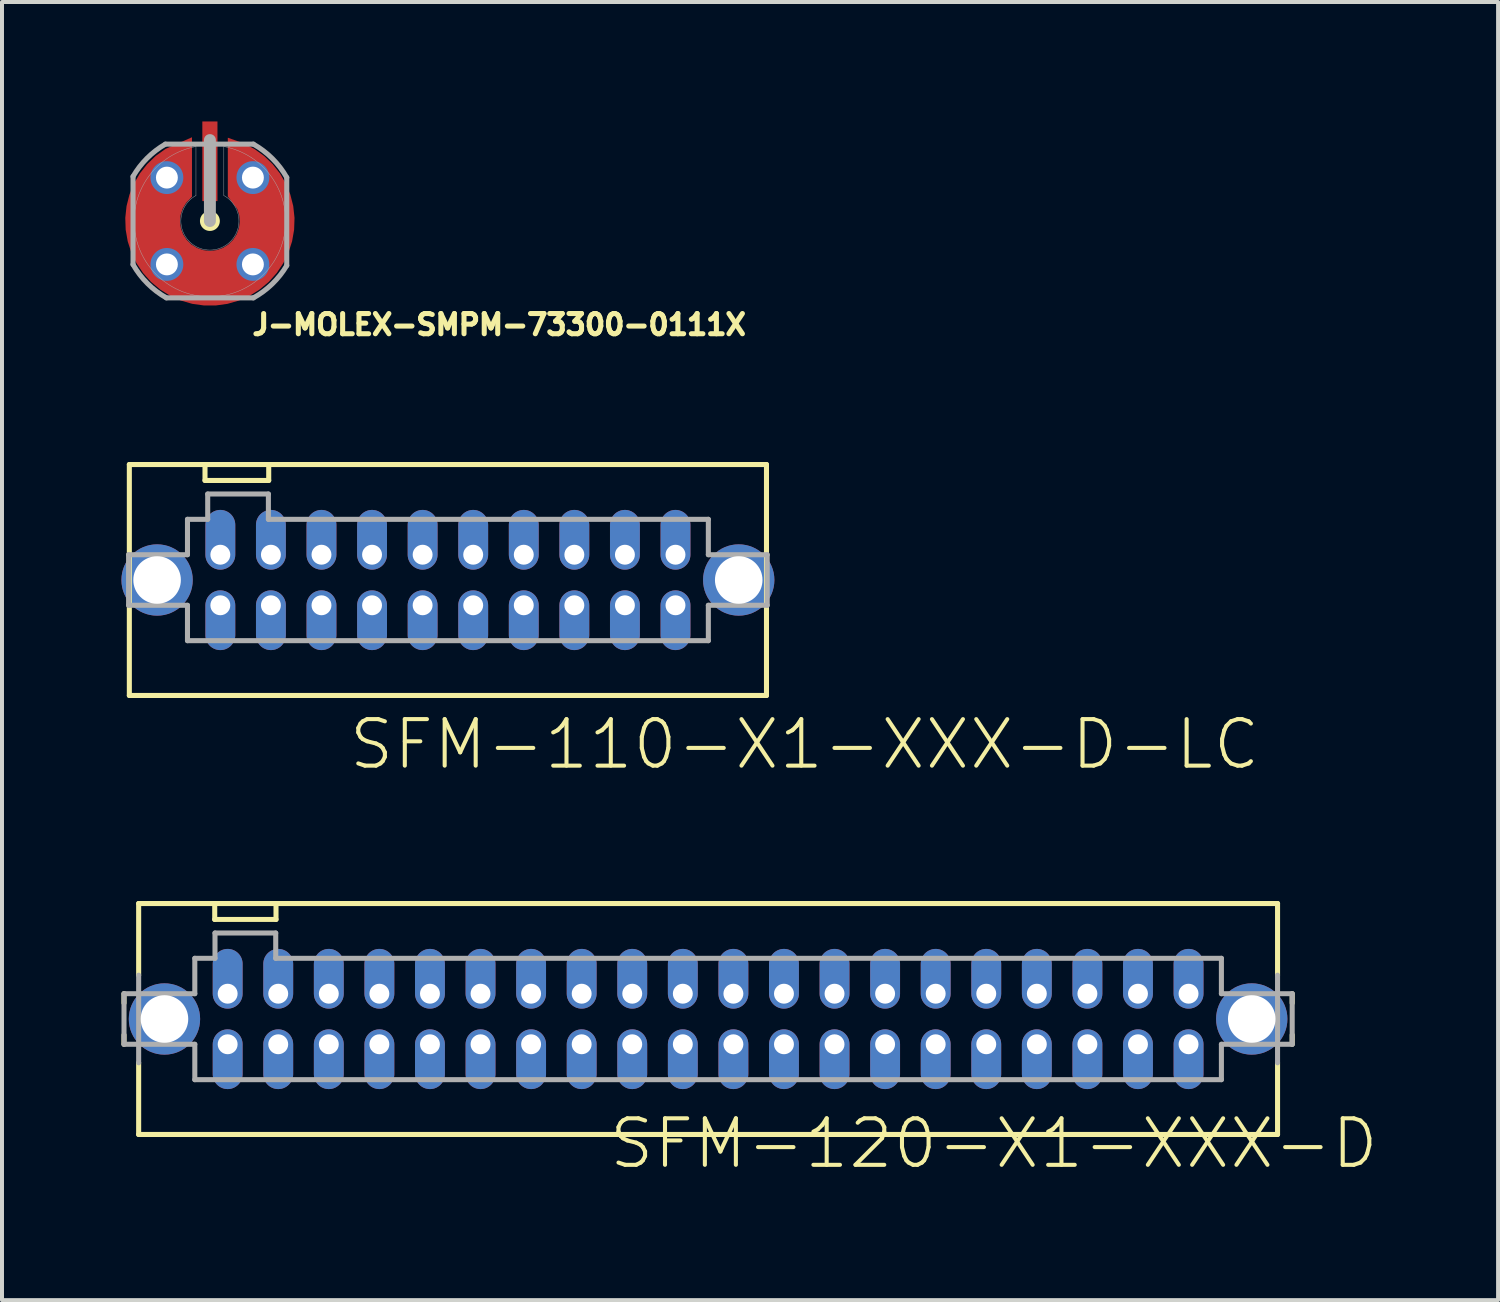
<source format=kicad_pcb>
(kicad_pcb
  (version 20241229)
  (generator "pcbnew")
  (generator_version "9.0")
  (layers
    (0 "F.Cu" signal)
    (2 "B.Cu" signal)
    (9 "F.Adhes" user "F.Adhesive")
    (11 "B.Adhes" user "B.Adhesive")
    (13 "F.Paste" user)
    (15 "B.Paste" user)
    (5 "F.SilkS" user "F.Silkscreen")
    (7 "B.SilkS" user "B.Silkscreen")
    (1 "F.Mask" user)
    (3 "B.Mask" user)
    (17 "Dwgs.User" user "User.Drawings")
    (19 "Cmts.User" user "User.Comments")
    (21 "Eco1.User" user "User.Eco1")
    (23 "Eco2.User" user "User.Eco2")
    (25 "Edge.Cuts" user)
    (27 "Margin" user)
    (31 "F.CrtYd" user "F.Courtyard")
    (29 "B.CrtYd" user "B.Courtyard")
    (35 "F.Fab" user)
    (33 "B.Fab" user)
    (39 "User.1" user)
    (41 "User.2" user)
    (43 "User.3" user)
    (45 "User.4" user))
  (footprint "SFM-120-X1-XXX-D"
    (layer "F.Cu")
    (at 14.732 22.539)
    (property "Reference" "SFM-120-X1-XXX-D" (at -2.54 3.81 0) (layer "F.SilkS") (effects (font (size 1.168 1.168) (thickness 0.102)) (justify left bottom)))
    (fp_line (start -14.668 -0.635) (end -14.668 -0.4) (stroke (width 0.127) (type solid)) (layer "F.SilkS"))
    (fp_line (start -14.668 0.4) (end -14.668 0.635) (stroke (width 0.127) (type solid)) (layer "F.SilkS"))
    (fp_line (start -14.3 -2.9) (end 14.3 -2.9) (stroke (width 0.127) (type solid)) (layer "F.SilkS"))
    (fp_line (start -14.3 -1.1) (end -14.3 -2.9) (stroke (width 0.127) (type solid)) (layer "F.SilkS"))
    (fp_line (start -14.3 2.9) (end -14.3 1.1) (stroke (width 0.127) (type solid)) (layer "F.SilkS"))
    (fp_line (start -12.39 -2.5) (end -12.39 -2.867) (stroke (width 0.127) (type solid)) (layer "F.SilkS"))
    (fp_line (start -12.39 -2.5) (end -10.851 -2.5) (stroke (width 0.127) (type solid)) (layer "F.SilkS"))
    (fp_line (start -10.851 -2.867) (end -10.851 -2.5) (stroke (width 0.127) (type solid)) (layer "F.SilkS"))
    (fp_line (start 14.3 -1.1) (end 14.3 -2.9) (stroke (width 0.127) (type solid)) (layer "F.SilkS"))
    (fp_line (start 14.3 1.1) (end 14.3 2.9) (stroke (width 0.127) (type solid)) (layer "F.SilkS"))
    (fp_line (start 14.3 2.9) (end -14.3 2.9) (stroke (width 0.127) (type solid)) (layer "F.SilkS"))
    (fp_line (start 14.668 -0.635) (end 14.668 -0.4) (stroke (width 0.127) (type solid)) (layer "F.SilkS"))
    (fp_line (start 14.668 0.4) (end 14.668 0.635) (stroke (width 0.127) (type solid)) (layer "F.SilkS"))
    (fp_line (start -14.668 -0.635) (end -12.89 -0.635) (stroke (width 0.127) (type solid)) (layer "F.Fab"))
    (fp_line (start -14.668 0.635) (end -14.668 -0.635) (stroke (width 0.127) (type solid)) (layer "F.Fab"))
    (fp_line (start -14.3 -1.1) (end -14.3 1.1) (stroke (width 0.127) (type solid)) (layer "F.Fab"))
    (fp_line (start -12.89 -1.524) (end -12.383 -1.524) (stroke (width 0.127) (type solid)) (layer "F.Fab"))
    (fp_line (start -12.89 -0.635) (end -12.89 -1.524) (stroke (width 0.127) (type solid)) (layer "F.Fab"))
    (fp_line (start -12.89 0.635) (end -14.668 0.635) (stroke (width 0.127) (type solid)) (layer "F.Fab"))
    (fp_line (start -12.89 1.524) (end -12.89 0.635) (stroke (width 0.127) (type solid)) (layer "F.Fab"))
    (fp_line (start -12.383 -2.159) (end -10.858 -2.159) (stroke (width 0.127) (type solid)) (layer "F.Fab"))
    (fp_line (start -12.383 -1.524) (end -12.383 -2.159) (stroke (width 0.127) (type solid)) (layer "F.Fab"))
    (fp_line (start -10.858 -2.159) (end -10.858 -1.524) (stroke (width 0.127) (type solid)) (layer "F.Fab"))
    (fp_line (start -10.858 -1.524) (end 12.89 -1.524) (stroke (width 0.127) (type solid)) (layer "F.Fab"))
    (fp_line (start 12.89 -1.524) (end 12.89 -0.635) (stroke (width 0.127) (type solid)) (layer "F.Fab"))
    (fp_line (start 12.89 -0.635) (end 14.668 -0.635) (stroke (width 0.127) (type solid)) (layer "F.Fab"))
    (fp_line (start 12.89 0.635) (end 12.89 1.524) (stroke (width 0.127) (type solid)) (layer "F.Fab"))
    (fp_line (start 12.89 1.524) (end -12.89 1.524) (stroke (width 0.127) (type solid)) (layer "F.Fab"))
    (fp_line (start 14.3 -1.1) (end 14.3 1.1) (stroke (width 0.127) (type solid)) (layer "F.Fab"))
    (fp_line (start 14.668 -0.635) (end 14.668 0.635) (stroke (width 0.127) (type solid)) (layer "F.Fab"))
    (fp_line (start 14.668 0.635) (end 12.89 0.635) (stroke (width 0.127) (type solid)) (layer "F.Fab"))
    (pad "1" thru_hole oval (at 12.065 0.635 270) (size 1.5 0.75) (drill 0.5 (offset 0.375 0)) (layers "*.Cu" "*.Mask"))
    (pad "2" thru_hole oval (at 12.065 -0.635 90) (size 1.5 0.75) (drill 0.5 (offset 0.375 0)) (layers "*.Cu" "*.Mask"))
    (pad "3" thru_hole oval (at 10.795 0.635 270) (size 1.5 0.75) (drill 0.5 (offset 0.375 0)) (layers "*.Cu" "*.Mask"))
    (pad "4" thru_hole oval (at 10.795 -0.635 90) (size 1.5 0.75) (drill 0.5 (offset 0.375 0)) (layers "*.Cu" "*.Mask"))
    (pad "5" thru_hole oval (at 9.525 0.635 270) (size 1.5 0.75) (drill 0.5 (offset 0.375 0)) (layers "*.Cu" "*.Mask"))
    (pad "6" thru_hole oval (at 9.525 -0.635 90) (size 1.5 0.75) (drill 0.5 (offset 0.375 0)) (layers "*.Cu" "*.Mask"))
    (pad "7" thru_hole oval (at 8.255 0.635 270) (size 1.5 0.75) (drill 0.5 (offset 0.375 0)) (layers "*.Cu" "*.Mask"))
    (pad "8" thru_hole oval (at 8.255 -0.635 90) (size 1.5 0.75) (drill 0.5 (offset 0.375 0)) (layers "*.Cu" "*.Mask"))
    (pad "9" thru_hole oval (at 6.985 0.635 270) (size 1.5 0.75) (drill 0.5 (offset 0.375 0)) (layers "*.Cu" "*.Mask"))
    (pad "10" thru_hole oval (at 6.985 -0.635 90) (size 1.5 0.75) (drill 0.5 (offset 0.375 0)) (layers "*.Cu" "*.Mask"))
    (pad "11" thru_hole oval (at 5.715 0.635 270) (size 1.5 0.75) (drill 0.5 (offset 0.375 0)) (layers "*.Cu" "*.Mask"))
    (pad "12" thru_hole oval (at 5.715 -0.635 90) (size 1.5 0.75) (drill 0.5 (offset 0.375 0)) (layers "*.Cu" "*.Mask"))
    (pad "13" thru_hole oval (at 4.445 0.635 270) (size 1.5 0.75) (drill 0.5 (offset 0.375 0)) (layers "*.Cu" "*.Mask"))
    (pad "14" thru_hole oval (at 4.445 -0.635 90) (size 1.5 0.75) (drill 0.5 (offset 0.375 0)) (layers "*.Cu" "*.Mask"))
    (pad "15" thru_hole oval (at 3.175 0.635 270) (size 1.5 0.75) (drill 0.5 (offset 0.375 0)) (layers "*.Cu" "*.Mask"))
    (pad "16" thru_hole oval (at 3.175 -0.635 90) (size 1.5 0.75) (drill 0.5 (offset 0.375 0)) (layers "*.Cu" "*.Mask"))
    (pad "17" thru_hole oval (at 1.905 0.635 270) (size 1.5 0.75) (drill 0.5 (offset 0.375 0)) (layers "*.Cu" "*.Mask"))
    (pad "18" thru_hole oval (at 1.905 -0.635 90) (size 1.5 0.75) (drill 0.5 (offset 0.375 0)) (layers "*.Cu" "*.Mask"))
    (pad "19" thru_hole oval (at 0.635 0.635 270) (size 1.5 0.75) (drill 0.5 (offset 0.375 0)) (layers "*.Cu" "*.Mask"))
    (pad "20" thru_hole oval (at 0.635 -0.635 90) (size 1.5 0.75) (drill 0.5 (offset 0.375 0)) (layers "*.Cu" "*.Mask"))
    (pad "21" thru_hole oval (at -0.635 0.635 270) (size 1.5 0.75) (drill 0.5 (offset 0.375 0)) (layers "*.Cu" "*.Mask"))
    (pad "22" thru_hole oval (at -0.635 -0.635 90) (size 1.5 0.75) (drill 0.5 (offset 0.375 0)) (layers "*.Cu" "*.Mask"))
    (pad "23" thru_hole oval (at -1.905 0.635 270) (size 1.5 0.75) (drill 0.5 (offset 0.375 0)) (layers "*.Cu" "*.Mask"))
    (pad "24" thru_hole oval (at -1.905 -0.635 90) (size 1.5 0.75) (drill 0.5 (offset 0.375 0)) (layers "*.Cu" "*.Mask"))
    (pad "25" thru_hole oval (at -3.175 0.635 270) (size 1.5 0.75) (drill 0.5 (offset 0.375 0)) (layers "*.Cu" "*.Mask"))
    (pad "26" thru_hole oval (at -3.175 -0.635 90) (size 1.5 0.75) (drill 0.5 (offset 0.375 0)) (layers "*.Cu" "*.Mask"))
    (pad "27" thru_hole oval (at -4.445 0.635 270) (size 1.5 0.75) (drill 0.5 (offset 0.375 0)) (layers "*.Cu" "*.Mask"))
    (pad "28" thru_hole oval (at -4.445 -0.635 90) (size 1.5 0.75) (drill 0.5 (offset 0.375 0)) (layers "*.Cu" "*.Mask"))
    (pad "29" thru_hole oval (at -5.715 0.635 270) (size 1.5 0.75) (drill 0.5 (offset 0.375 0)) (layers "*.Cu" "*.Mask"))
    (pad "30" thru_hole oval (at -5.715 -0.635 90) (size 1.5 0.75) (drill 0.5 (offset 0.375 0)) (layers "*.Cu" "*.Mask"))
    (pad "31" thru_hole oval (at -6.985 0.635 270) (size 1.5 0.75) (drill 0.5 (offset 0.375 0)) (layers "*.Cu" "*.Mask"))
    (pad "32" thru_hole oval (at -6.985 -0.635 90) (size 1.5 0.75) (drill 0.5 (offset 0.375 0)) (layers "*.Cu" "*.Mask"))
    (pad "33" thru_hole oval (at -8.255 0.635 270) (size 1.5 0.75) (drill 0.5 (offset 0.375 0)) (layers "*.Cu" "*.Mask"))
    (pad "34" thru_hole oval (at -8.255 -0.635 90) (size 1.5 0.75) (drill 0.5 (offset 0.375 0)) (layers "*.Cu" "*.Mask"))
    (pad "35" thru_hole oval (at -9.525 0.635 270) (size 1.5 0.75) (drill 0.5 (offset 0.375 0)) (layers "*.Cu" "*.Mask"))
    (pad "36" thru_hole oval (at -9.525 -0.635 90) (size 1.5 0.75) (drill 0.5 (offset 0.375 0)) (layers "*.Cu" "*.Mask"))
    (pad "37" thru_hole oval (at -10.795 0.635 270) (size 1.5 0.75) (drill 0.5 (offset 0.375 0)) (layers "*.Cu" "*.Mask"))
    (pad "38" thru_hole oval (at -10.795 -0.635 90) (size 1.5 0.75) (drill 0.5 (offset 0.375 0)) (layers "*.Cu" "*.Mask"))
    (pad "39" thru_hole oval (at -12.065 0.635 270) (size 1.5 0.75) (drill 0.5 (offset 0.375 0)) (layers "*.Cu" "*.Mask"))
    (pad "40" thru_hole oval (at -12.065 -0.635 90) (size 1.5 0.75) (drill 0.5 (offset 0.375 0)) (layers "*.Cu" "*.Mask"))
    (pad "LC1" thru_hole circle (at 13.652 0) (size 1.791 1.791) (drill 1.194) (layers "*.Cu" "*.Mask"))
    (pad "LC2" thru_hole circle (at -13.652 0) (size 1.791 1.791) (drill 1.194) (layers "*.Cu" "*.Mask")))
  (footprint "J-MOLEX-SMPM-73300-0111X"
    (layer "F.Cu")
    (at 2.221 2.5)
    (property "Reference" "J-MOLEX-SMPM-73300-0111X" (at 1 2.9 0) (layer "F.SilkS") (effects (font (size 0.508 0.508) (thickness 0.127)) (justify left bottom)))
    (fp_poly (pts (xy -0.45 -0.61) (xy -0.599 -0.452) (xy -0.684 -0.31) (xy -0.735 -0.152) (xy -0.751 0.014) (xy -0.729 0.179) (xy -0.672 0.335) (xy -0.582 0.474) (xy -0.463 0.591) (xy -0.322 0.678) (xy -0.165 0.732) (xy 0 0.751) (xy 0.165 0.732) (xy 0.322 0.678) (xy 0.463 0.591) (xy 0.582 0.474) (xy 0.672 0.335) (xy 0.729 0.179) (xy 0.751 0.014) (xy 0.735 -0.152) (xy 0.686 -0.304) (xy 0.45 -0.616) (xy 0.45 -2.092) (xy 0.857 -1.946) (xy 1.12 -1.808) (xy 1.361 -1.634) (xy 1.575 -1.428) (xy 1.759 -1.195) (xy 1.908 -0.938) (xy 2.02 -0.663) (xy 2.093 -0.375) (xy 2.125 -0.079) (xy 2.115 0.218) (xy 2.064 0.51) (xy 1.973 0.793) (xy 1.843 1.06) (xy 1.677 1.307) (xy 1.479 1.528) (xy 1.251 1.719) (xy 1 1.877) (xy 0.728 1.998) (xy 0.443 2.08) (xy 0.149 2.121) (xy -0.149 2.121) (xy -0.443 2.08) (xy -0.728 1.998) (xy -1 1.877) (xy -1.251 1.719) (xy -1.479 1.528) (xy -1.677 1.307) (xy -1.843 1.06) (xy -1.973 0.793) (xy -2.064 0.51) (xy -2.115 0.218) (xy -2.125 -0.079) (xy -2.093 -0.375) (xy -2.02 -0.663) (xy -1.908 -0.938) (xy -1.759 -1.195) (xy -1.575 -1.428) (xy -1.361 -1.634) (xy -1.117 -1.81) (xy -0.45 -2.103)) (stroke (width 0) (type solid)) (fill yes) (layer "F.Cu"))
    (fp_poly (pts (xy -0.45 -0.515) (xy -0.573 -0.36) (xy -0.639 -0.224) (xy -0.673 -0.076) (xy -0.673 0.076) (xy -0.639 0.224) (xy -0.573 0.36) (xy -0.479 0.479) (xy -0.36 0.573) (xy -0.224 0.639) (xy -0.076 0.673) (xy 0.076 0.673) (xy 0.224 0.639) (xy 0.36 0.573) (xy 0.479 0.479) (xy 0.573 0.36) (xy 0.639 0.224) (xy 0.673 0.076) (xy 0.673 -0.076) (xy 0.64 -0.218) (xy 0.45 -0.521) (xy 0.45 -2.19) (xy 0.864 -2.048) (xy 1.137 -1.91) (xy 1.387 -1.737) (xy 1.612 -1.531) (xy 1.807 -1.296) (xy 1.967 -1.037) (xy 2.091 -0.758) (xy 2.175 -0.465) (xy 2.219 -0.164) (xy 2.221 0.141) (xy 2.181 0.444) (xy 2.1 0.738) (xy 1.98 1.018) (xy 1.823 1.279) (xy 1.631 1.516) (xy 1.409 1.725) (xy 1.16 1.901) (xy 0.89 2.042) (xy 0.603 2.145) (xy 0.304 2.207) (xy 0 2.228) (xy -0.304 2.207) (xy -0.603 2.145) (xy -0.89 2.042) (xy -1.16 1.901) (xy -1.409 1.725) (xy -1.631 1.516) (xy -1.823 1.279) (xy -1.98 1.018) (xy -2.1 0.738) (xy -2.181 0.444) (xy -2.221 0.141) (xy -2.219 -0.164) (xy -2.175 -0.465) (xy -2.091 -0.758) (xy -1.967 -1.037) (xy -1.807 -1.296) (xy -1.612 -1.531) (xy -1.387 -1.737) (xy -1.134 -1.912) (xy -0.45 -2.201)) (stroke (width 0) (type solid)) (fill yes) (layer "F.Mask"))
    (fp_circle (center 0 0) (end 0.125 0) (stroke (width 0.25) (type solid)) (fill yes) (layer "F.SilkS"))
    (fp_line (start -1.93 1.092) (end -1.93 -1.118) (stroke (width 0.127) (type solid)) (layer "F.Fab"))
    (fp_line (start -1.118 -1.93) (end 1.092 -1.93) (stroke (width 0.127) (type solid)) (layer "F.Fab"))
    (fp_line (start -0.35 -1.87) (end -0.35 -0.64) (stroke (width 0.01) (type solid)) (layer "F.Fab"))
    (fp_line (start 0 0) (end 0 -2.032) (stroke (width 0.3) (type solid)) (layer "F.Fab"))
    (fp_line (start 0.35 -0.64) (end 0.35 -1.87) (stroke (width 0.01) (type solid)) (layer "F.Fab"))
    (fp_line (start 1.092 1.93) (end -1.092 1.93) (stroke (width 0.127) (type solid)) (layer "F.Fab"))
    (fp_line (start 1.93 -1.092) (end 1.93 1.118) (stroke (width 0.127) (type solid)) (layer "F.Fab"))
    (fp_arc (start -1.9304 -1.1176) (mid -1.577471 -1.577471) (end -1.1176 -1.9304) (stroke (width 0.127) (type solid)) (layer "F.Fab"))
    (fp_arc (start -1.0922 1.9304) (mid -1.568103 1.568103) (end -1.9304 1.0922) (stroke (width 0.127) (type solid)) (layer "F.Fab"))
    (fp_arc (start 0.35 -1.87) (mid 0 1.902472) (end -0.35 -1.87) (stroke (width 0.01) (type solid)) (layer "F.Fab"))
    (fp_arc (start 0.35 -0.64) (mid 0 0.729452) (end -0.35 -0.64) (stroke (width 0.01) (type solid)) (layer "F.Fab"))
    (fp_arc (start 1.0922 -1.9304) (mid 1.568334 -1.568334) (end 1.9304 -1.0922) (stroke (width 0.127) (type solid)) (layer "F.Fab"))
    (fp_arc (start 1.9304 1.1176) (mid 1.565581 1.579977) (end 1.0922 1.9304) (stroke (width 0.127) (type solid)) (layer "F.Fab"))
    (pad "P$1" thru_hole circle (at -1.08 1.09 180) (size 0.825 0.825) (drill 0.55) (layers "*.Cu" "*.Mask"))
    (pad "P$2" thru_hole circle (at 1.08 1.09 180) (size 0.825 0.825) (drill 0.55) (layers "*.Cu" "*.Mask"))
    (pad "P$3" thru_hole circle (at 1.08 -1.09 180) (size 0.825 0.825) (drill 0.55) (layers "*.Cu" "*.Mask"))
    (pad "P$4" thru_hole circle (at -1.08 -1.09 180) (size 0.825 0.825) (drill 0.55) (layers "*.Cu" "*.Mask"))
    (pad "RF-DOWN" smd rect (at 0 -1.5 180) (size 0.38 2) (layers "F.Cu" "F.Mask")))
  (footprint "SFM-110-X1-XXX-D-LC"
    (layer "F.Cu")
    (at 8.198 11.515)
    (property "Reference" "SFM-110-X1-XXX-D-LC" (at -2.54 4.81 0) (layer "F.SilkS") (effects (font (size 1.168 1.168) (thickness 0.102)) (justify left bottom)))
    (fp_line (start -8 -2.9) (end -8 2.9) (stroke (width 0.127) (type solid)) (layer "F.SilkS"))
    (fp_line (start -6.1 -2.9) (end -8 -2.9) (stroke (width 0.127) (type solid)) (layer "F.SilkS"))
    (fp_line (start -6.1 -2.9) (end -6.1 -2.5) (stroke (width 0.127) (type solid)) (layer "F.SilkS"))
    (fp_line (start -6.1 -2.5) (end -4.5 -2.5) (stroke (width 0.127) (type solid)) (layer "F.SilkS"))
    (fp_line (start -4.5 -2.9) (end -6.1 -2.9) (stroke (width 0.127) (type solid)) (layer "F.SilkS"))
    (fp_line (start -4.5 -2.5) (end -4.5 -2.9) (stroke (width 0.127) (type solid)) (layer "F.SilkS"))
    (fp_line (start 8 -2.9) (end -4.5 -2.9) (stroke (width 0.127) (type solid)) (layer "F.SilkS"))
    (fp_line (start 8 -2.9) (end 8 2.9) (stroke (width 0.127) (type solid)) (layer "F.SilkS"))
    (fp_line (start 8 2.9) (end -8 2.9) (stroke (width 0.127) (type solid)) (layer "F.SilkS"))
    (fp_line (start -8.018 -0.635) (end -6.54 -0.635) (stroke (width 0.127) (type solid)) (layer "F.Fab"))
    (fp_line (start -8.018 0.635) (end -8.018 -0.635) (stroke (width 0.127) (type solid)) (layer "F.Fab"))
    (fp_line (start -6.54 -1.524) (end -6.032 -1.524) (stroke (width 0.127) (type solid)) (layer "F.Fab"))
    (fp_line (start -6.54 -0.635) (end -6.54 -1.524) (stroke (width 0.127) (type solid)) (layer "F.Fab"))
    (fp_line (start -6.54 0.635) (end -8.018 0.635) (stroke (width 0.127) (type solid)) (layer "F.Fab"))
    (fp_line (start -6.54 1.524) (end -6.54 0.635) (stroke (width 0.127) (type solid)) (layer "F.Fab"))
    (fp_line (start -6.032 -2.159) (end -4.508 -2.159) (stroke (width 0.127) (type solid)) (layer "F.Fab"))
    (fp_line (start -6.032 -1.524) (end -6.032 -2.159) (stroke (width 0.127) (type solid)) (layer "F.Fab"))
    (fp_line (start -4.508 -2.159) (end -4.508 -1.524) (stroke (width 0.127) (type solid)) (layer "F.Fab"))
    (fp_line (start -4.508 -1.524) (end 6.54 -1.524) (stroke (width 0.127) (type solid)) (layer "F.Fab"))
    (fp_line (start 6.54 -1.524) (end 6.54 -0.635) (stroke (width 0.127) (type solid)) (layer "F.Fab"))
    (fp_line (start 6.54 -0.635) (end 8.018 -0.635) (stroke (width 0.127) (type solid)) (layer "F.Fab"))
    (fp_line (start 6.54 0.635) (end 6.54 1.524) (stroke (width 0.127) (type solid)) (layer "F.Fab"))
    (fp_line (start 6.54 1.524) (end -6.54 1.524) (stroke (width 0.127) (type solid)) (layer "F.Fab"))
    (fp_line (start 8.018 -0.635) (end 8.018 0.635) (stroke (width 0.127) (type solid)) (layer "F.Fab"))
    (fp_line (start 8.018 0.635) (end 6.54 0.635) (stroke (width 0.127) (type solid)) (layer "F.Fab"))
    (pad "1" thru_hole oval (at 5.715 0.635 270) (size 1.5 0.75) (drill 0.5 (offset 0.375 0)) (layers "*.Cu" "*.Mask"))
    (pad "2" thru_hole oval (at 5.715 -0.635 90) (size 1.5 0.75) (drill 0.5 (offset 0.375 0)) (layers "*.Cu" "*.Mask"))
    (pad "3" thru_hole oval (at 4.445 0.635 270) (size 1.5 0.75) (drill 0.5 (offset 0.375 0)) (layers "*.Cu" "*.Mask"))
    (pad "4" thru_hole oval (at 4.445 -0.635 90) (size 1.5 0.75) (drill 0.5 (offset 0.375 0)) (layers "*.Cu" "*.Mask"))
    (pad "5" thru_hole oval (at 3.175 0.635 270) (size 1.5 0.75) (drill 0.5 (offset 0.375 0)) (layers "*.Cu" "*.Mask"))
    (pad "6" thru_hole oval (at 3.175 -0.635 90) (size 1.5 0.75) (drill 0.5 (offset 0.375 0)) (layers "*.Cu" "*.Mask"))
    (pad "7" thru_hole oval (at 1.905 0.635 270) (size 1.5 0.75) (drill 0.5 (offset 0.375 0)) (layers "*.Cu" "*.Mask"))
    (pad "8" thru_hole oval (at 1.905 -0.635 90) (size 1.5 0.75) (drill 0.5 (offset 0.375 0)) (layers "*.Cu" "*.Mask"))
    (pad "9" thru_hole oval (at 0.635 0.635 270) (size 1.5 0.75) (drill 0.5 (offset 0.375 0)) (layers "*.Cu" "*.Mask"))
    (pad "10" thru_hole oval (at 0.635 -0.635 90) (size 1.5 0.75) (drill 0.5 (offset 0.375 0)) (layers "*.Cu" "*.Mask"))
    (pad "11" thru_hole oval (at -0.635 0.635 270) (size 1.5 0.75) (drill 0.5 (offset 0.375 0)) (layers "*.Cu" "*.Mask"))
    (pad "12" thru_hole oval (at -0.635 -0.635 90) (size 1.5 0.75) (drill 0.5 (offset 0.375 0)) (layers "*.Cu" "*.Mask"))
    (pad "13" thru_hole oval (at -1.905 0.635 270) (size 1.5 0.75) (drill 0.5 (offset 0.375 0)) (layers "*.Cu" "*.Mask"))
    (pad "14" thru_hole oval (at -1.905 -0.635 90) (size 1.5 0.75) (drill 0.5 (offset 0.375 0)) (layers "*.Cu" "*.Mask"))
    (pad "15" thru_hole oval (at -3.175 0.635 270) (size 1.5 0.75) (drill 0.5 (offset 0.375 0)) (layers "*.Cu" "*.Mask"))
    (pad "16" thru_hole oval (at -3.175 -0.635 90) (size 1.5 0.75) (drill 0.5 (offset 0.375 0)) (layers "*.Cu" "*.Mask"))
    (pad "17" thru_hole oval (at -4.445 0.635 270) (size 1.5 0.75) (drill 0.5 (offset 0.375 0)) (layers "*.Cu" "*.Mask"))
    (pad "18" thru_hole oval (at -4.445 -0.635 90) (size 1.5 0.75) (drill 0.5 (offset 0.375 0)) (layers "*.Cu" "*.Mask"))
    (pad "19" thru_hole oval (at -5.715 0.635 270) (size 1.5 0.75) (drill 0.5 (offset 0.375 0)) (layers "*.Cu" "*.Mask"))
    (pad "20" thru_hole oval (at -5.715 -0.635 90) (size 1.5 0.75) (drill 0.5 (offset 0.375 0)) (layers "*.Cu" "*.Mask"))
    (pad "LC1" thru_hole circle (at 7.303 0) (size 1.791 1.791) (drill 1.194) (layers "*.Cu" "*.Mask"))
    (pad "LC2" thru_hole circle (at -7.303 0) (size 1.791 1.791) (drill 1.194) (layers "*.Cu" "*.Mask")))
  (gr_rect
    (start -3 -3)
    (end 34.57 29.599)
    (stroke (width 0.1) (type default))
    (fill no)
    (layer "Edge.Cuts")))
</source>
